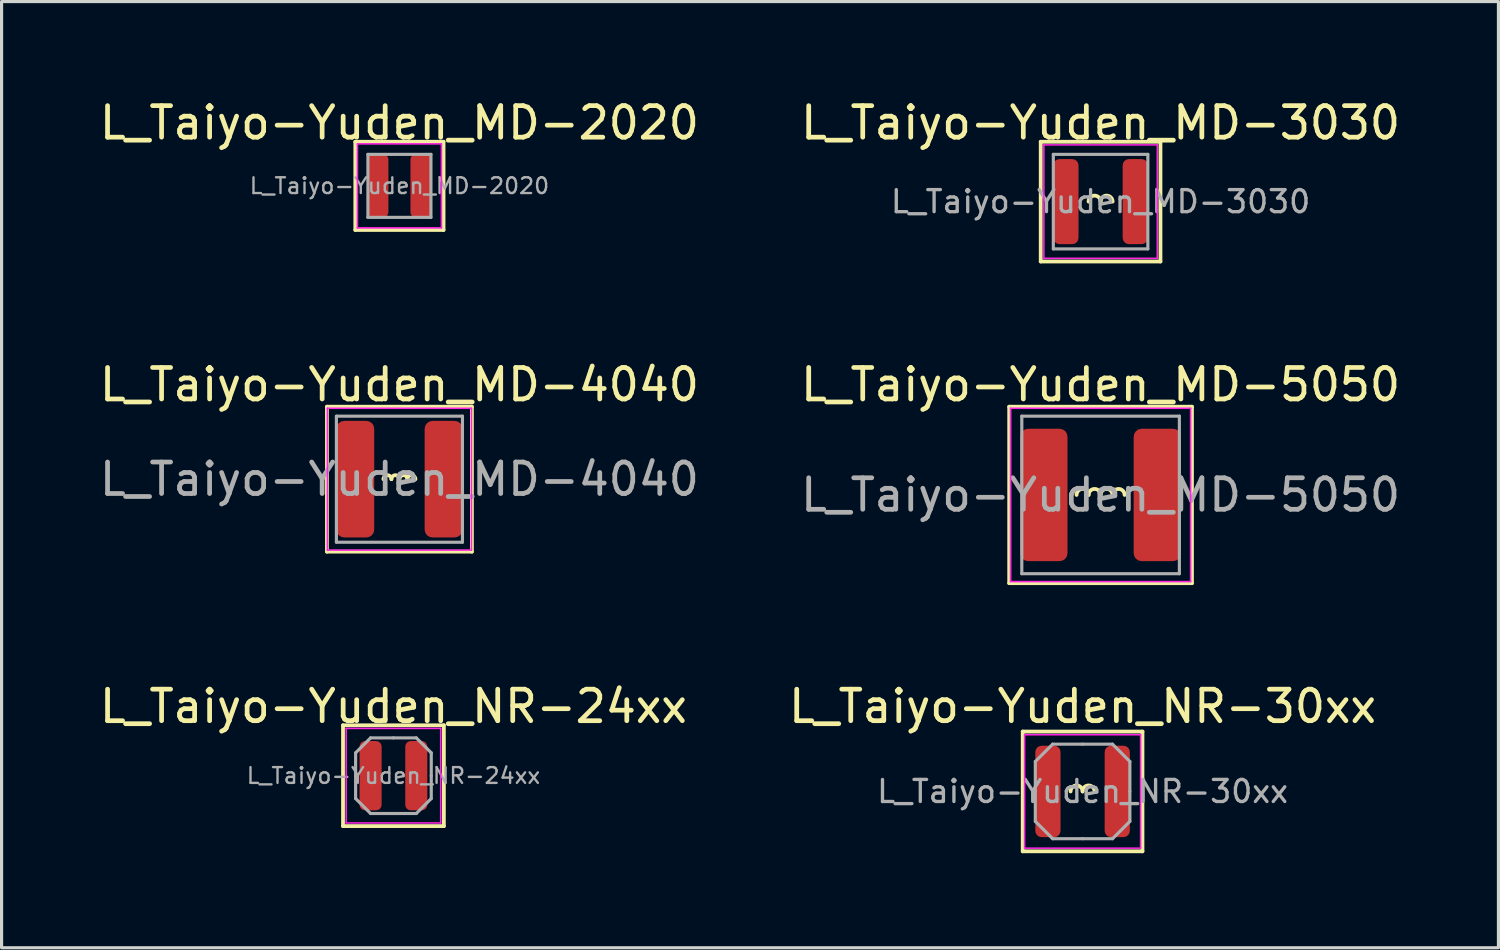
<source format=kicad_pcb>
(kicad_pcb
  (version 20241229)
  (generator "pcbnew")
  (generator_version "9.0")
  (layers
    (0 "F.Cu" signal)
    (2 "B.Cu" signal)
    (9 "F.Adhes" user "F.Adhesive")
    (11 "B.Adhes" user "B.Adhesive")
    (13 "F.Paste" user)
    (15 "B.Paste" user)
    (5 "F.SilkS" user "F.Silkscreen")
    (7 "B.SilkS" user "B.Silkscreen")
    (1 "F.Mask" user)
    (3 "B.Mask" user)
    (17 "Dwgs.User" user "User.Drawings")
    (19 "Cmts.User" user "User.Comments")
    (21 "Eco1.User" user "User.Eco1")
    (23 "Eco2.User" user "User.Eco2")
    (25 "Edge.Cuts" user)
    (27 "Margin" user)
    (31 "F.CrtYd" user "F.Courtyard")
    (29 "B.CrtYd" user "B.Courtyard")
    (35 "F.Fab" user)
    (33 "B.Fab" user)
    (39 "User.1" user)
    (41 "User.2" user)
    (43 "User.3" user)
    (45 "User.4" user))
  (footprint "L_Taiyo-Yuden_NR-24xx"
    (layer "F.Cu")
    (at 9.435 21.565)
    (property "Reference" "L_Taiyo-Yuden_NR-24xx" (at 0 -2.2 0) (layer "F.SilkS") (effects (font (size 1 1) (thickness 0.15))))
    (attr smd)
    (fp_line (start -1.6 -1.6) (end -1.6 1.6) (stroke (width 0.12) (type solid)) (layer "F.SilkS"))
    (fp_line (start -1.6 1.6) (end 1.6 1.6) (stroke (width 0.12) (type solid)) (layer "F.SilkS"))
    (fp_line (start 1.6 -1.6) (end -1.6 -1.6) (stroke (width 0.12) (type solid)) (layer "F.SilkS"))
    (fp_line (start 1.6 1.6) (end 1.6 -1.6) (stroke (width 0.12) (type solid)) (layer "F.SilkS"))
    (fp_line (start -1.5 -1.5) (end -1.5 1.5) (stroke (width 0.05) (type solid)) (layer "F.CrtYd"))
    (fp_line (start -1.5 1.5) (end 1.5 1.5) (stroke (width 0.05) (type solid)) (layer "F.CrtYd"))
    (fp_line (start 1.5 -1.5) (end -1.5 -1.5) (stroke (width 0.05) (type solid)) (layer "F.CrtYd"))
    (fp_line (start 1.5 1.5) (end 1.5 -1.5) (stroke (width 0.05) (type solid)) (layer "F.CrtYd"))
    (fp_line (start -1.2 -0.725) (end -0.725 -1.2) (stroke (width 0.1) (type solid)) (layer "F.Fab"))
    (fp_line (start -1.2 0) (end -1.2 -0.725) (stroke (width 0.1) (type solid)) (layer "F.Fab"))
    (fp_line (start -1.2 0) (end -1.2 0.725) (stroke (width 0.1) (type solid)) (layer "F.Fab"))
    (fp_line (start -1.2 0.725) (end -0.725 1.2) (stroke (width 0.1) (type solid)) (layer "F.Fab"))
    (fp_line (start -0.725 -1.2) (end 0 -1.2) (stroke (width 0.1) (type solid)) (layer "F.Fab"))
    (fp_line (start -0.725 1.2) (end 0 1.2) (stroke (width 0.1) (type solid)) (layer "F.Fab"))
    (fp_line (start 0.725 -1.2) (end 0 -1.2) (stroke (width 0.1) (type solid)) (layer "F.Fab"))
    (fp_line (start 0.725 1.2) (end 0 1.2) (stroke (width 0.1) (type solid)) (layer "F.Fab"))
    (fp_line (start 1.2 -0.725) (end 0.725 -1.2) (stroke (width 0.1) (type solid)) (layer "F.Fab"))
    (fp_line (start 1.2 0) (end 1.2 -0.725) (stroke (width 0.1) (type solid)) (layer "F.Fab"))
    (fp_line (start 1.2 0) (end 1.2 0.725) (stroke (width 0.1) (type solid)) (layer "F.Fab"))
    (fp_line (start 1.2 0.725) (end 0.725 1.2) (stroke (width 0.1) (type solid)) (layer "F.Fab"))
    (fp_text user "${REFERENCE}" (at 0 0 0) (layer "F.Fab") (effects (font (size 0.5 0.5) (thickness 0.075))))
    (pad "1" smd roundrect (at -0.725 0) (size 0.7 2.2) (layers "F.Cu" "F.Mask" "F.Paste") (roundrect_rratio 0.25))
    (pad "2" smd roundrect (at 0.725 0) (size 0.7 2.2) (layers "F.Cu" "F.Mask" "F.Paste") (roundrect_rratio 0.25)))
  (footprint "L_Taiyo-Yuden_MD-3030"
    (layer "F.Cu")
    (at 31.875 3.348)
    (property "Reference" "L_Taiyo-Yuden_MD-3030" (at 0 -2.5 0) (layer "F.SilkS") (effects (font (size 1 1) (thickness 0.15))))
    (attr smd)
    (fp_line (start -1.9 -1.9) (end -1.9 1.9) (stroke (width 0.12) (type solid)) (layer "F.SilkS"))
    (fp_line (start -1.9 1.9) (end 1.9 1.9) (stroke (width 0.12) (type solid)) (layer "F.SilkS"))
    (fp_line (start 1.9 -1.9) (end -1.9 -1.9) (stroke (width 0.12) (type solid)) (layer "F.SilkS"))
    (fp_line (start 1.9 1.9) (end 1.9 -1.9) (stroke (width 0.12) (type solid)) (layer "F.SilkS"))
    (fp_arc (start -0.381 0) (mid -0.1905 -0.1905) (end 0 0) (stroke (width 0.12) (type solid)) (layer "F.SilkS"))
    (fp_arc (start 0 0) (mid 0.1905 -0.1905) (end 0.381 0) (stroke (width 0.12) (type solid)) (layer "F.SilkS"))
    (fp_line (start -1.8 -1.8) (end -1.8 1.8) (stroke (width 0.05) (type solid)) (layer "F.CrtYd"))
    (fp_line (start -1.8 1.8) (end 1.8 1.8) (stroke (width 0.05) (type solid)) (layer "F.CrtYd"))
    (fp_line (start 1.8 -1.8) (end -1.8 -1.8) (stroke (width 0.05) (type solid)) (layer "F.CrtYd"))
    (fp_line (start 1.8 1.8) (end 1.8 -1.8) (stroke (width 0.05) (type solid)) (layer "F.CrtYd"))
    (fp_line (start -1.5 -1.5) (end -1.5 1.5) (stroke (width 0.1) (type solid)) (layer "F.Fab"))
    (fp_line (start -1.5 1.5) (end 1.5 1.5) (stroke (width 0.1) (type solid)) (layer "F.Fab"))
    (fp_line (start 1.5 -1.5) (end -1.5 -1.5) (stroke (width 0.1) (type solid)) (layer "F.Fab"))
    (fp_line (start 1.5 1.5) (end 1.5 -1.5) (stroke (width 0.1) (type solid)) (layer "F.Fab"))
    (fp_text user "${REFERENCE}" (at 0 0 0) (layer "F.Fab") (effects (font (size 0.7 0.7) (thickness 0.105))))
    (pad "1" smd roundrect (at -1.1 0) (size 0.8 2.7) (layers "F.Cu" "F.Mask" "F.Paste") (roundrect_rratio 0.25))
    (pad "2" smd roundrect (at 1.1 0) (size 0.8 2.7) (layers "F.Cu" "F.Mask" "F.Paste") (roundrect_rratio 0.25)))
  (footprint "L_Taiyo-Yuden_MD-4040"
    (layer "F.Cu")
    (at 9.625 12.156)
    (property "Reference" "L_Taiyo-Yuden_MD-4040" (at 0 -3 0) (layer "F.SilkS") (effects (font (size 1 1) (thickness 0.15))))
    (attr smd)
    (fp_line (start -2.3 -2.3) (end -2.3 2.3) (stroke (width 0.12) (type solid)) (layer "F.SilkS"))
    (fp_line (start -2.3 2.3) (end 2.3 2.3) (stroke (width 0.12) (type solid)) (layer "F.SilkS"))
    (fp_line (start 2.3 -2.3) (end -2.3 -2.3) (stroke (width 0.12) (type solid)) (layer "F.SilkS"))
    (fp_line (start 2.3 2.3) (end 2.3 -2.3) (stroke (width 0.12) (type solid)) (layer "F.SilkS"))
    (fp_arc (start -0.508 0) (mid -0.381 -0.127) (end -0.254 0) (stroke (width 0.12) (type solid)) (layer "F.SilkS"))
    (fp_arc (start -0.254 0) (mid -0.127 -0.127) (end 0 0) (stroke (width 0.12) (type solid)) (layer "F.SilkS"))
    (fp_arc (start 0 0) (mid 0.127 -0.127) (end 0.254 0) (stroke (width 0.12) (type solid)) (layer "F.SilkS"))
    (fp_arc (start 0.254 0) (mid 0.381 -0.127) (end 0.508 0) (stroke (width 0.12) (type solid)) (layer "F.SilkS"))
    (fp_line (start -2.286 -2.25) (end -2.286 2.25) (stroke (width 0.05) (type solid)) (layer "F.CrtYd"))
    (fp_line (start -2.286 2.25) (end 2.286 2.25) (stroke (width 0.05) (type solid)) (layer "F.CrtYd"))
    (fp_line (start 2.286 -2.25) (end -2.286 -2.25) (stroke (width 0.05) (type solid)) (layer "F.CrtYd"))
    (fp_line (start 2.286 2.25) (end 2.286 -2.25) (stroke (width 0.05) (type solid)) (layer "F.CrtYd"))
    (fp_line (start -2 -2) (end -2 2) (stroke (width 0.1) (type solid)) (layer "F.Fab"))
    (fp_line (start -2 2) (end 2 2) (stroke (width 0.1) (type solid)) (layer "F.Fab"))
    (fp_line (start 2 -2) (end -2 -2) (stroke (width 0.1) (type solid)) (layer "F.Fab"))
    (fp_line (start 2 2) (end 2 -2) (stroke (width 0.1) (type solid)) (layer "F.Fab"))
    (fp_text user "${REFERENCE}" (at 0 0 0) (layer "F.Fab") (effects (font (size 1 1) (thickness 0.15))))
    (pad "1" smd roundrect (at -1.4 0) (size 1.2 3.7) (layers "F.Cu" "F.Mask" "F.Paste") (roundrect_rratio 0.208))
    (pad "2" smd roundrect (at 1.4 0) (size 1.2 3.7) (layers "F.Cu" "F.Mask" "F.Paste") (roundrect_rratio 0.208)))
  (footprint "L_Taiyo-Yuden_MD-5050"
    (layer "F.Cu")
    (at 31.875 12.656)
    (property "Reference" "L_Taiyo-Yuden_MD-5050" (at 0 -3.5 0) (layer "F.SilkS") (effects (font (size 1 1) (thickness 0.15))))
    (attr smd)
    (fp_line (start -2.9 -2.8) (end -2.9 2.8) (stroke (width 0.12) (type solid)) (layer "F.SilkS"))
    (fp_line (start -2.9 2.8) (end 2.9 2.8) (stroke (width 0.12) (type solid)) (layer "F.SilkS"))
    (fp_line (start 2.9 -2.8) (end -2.9 -2.8) (stroke (width 0.12) (type solid)) (layer "F.SilkS"))
    (fp_line (start 2.9 2.8) (end 2.9 -2.8) (stroke (width 0.12) (type solid)) (layer "F.SilkS"))
    (fp_arc (start -0.762 0) (mid -0.5715 -0.1905) (end -0.381 0) (stroke (width 0.12) (type solid)) (layer "F.SilkS"))
    (fp_arc (start -0.381 0) (mid -0.1905 -0.1905) (end 0 0) (stroke (width 0.12) (type solid)) (layer "F.SilkS"))
    (fp_arc (start 0 0) (mid 0.1905 -0.1905) (end 0.381 0) (stroke (width 0.12) (type solid)) (layer "F.SilkS"))
    (fp_arc (start 0.381 0) (mid 0.5715 -0.1905) (end 0.762 0) (stroke (width 0.12) (type solid)) (layer "F.SilkS"))
    (fp_line (start -2.857 -2.75) (end -2.857 2.75) (stroke (width 0.05) (type solid)) (layer "F.CrtYd"))
    (fp_line (start -2.857 2.75) (end 2.857 2.75) (stroke (width 0.05) (type solid)) (layer "F.CrtYd"))
    (fp_line (start 2.857 -2.75) (end -2.857 -2.75) (stroke (width 0.05) (type solid)) (layer "F.CrtYd"))
    (fp_line (start 2.857 2.75) (end 2.857 -2.75) (stroke (width 0.05) (type solid)) (layer "F.CrtYd"))
    (fp_line (start -2.5 -2.5) (end -2.5 2.5) (stroke (width 0.1) (type solid)) (layer "F.Fab"))
    (fp_line (start -2.5 2.5) (end 2.5 2.5) (stroke (width 0.1) (type solid)) (layer "F.Fab"))
    (fp_line (start 2.5 -2.5) (end -2.5 -2.5) (stroke (width 0.1) (type solid)) (layer "F.Fab"))
    (fp_line (start 2.5 2.5) (end 2.5 -2.5) (stroke (width 0.1) (type solid)) (layer "F.Fab"))
    (fp_text user "${REFERENCE}" (at 0 0 0) (layer "F.Fab") (effects (font (size 1 1) (thickness 0.15))))
    (pad "1" smd roundrect (at -1.8 0) (size 1.5 4.2) (layers "F.Cu" "F.Mask" "F.Paste") (roundrect_rratio 0.167))
    (pad "2" smd roundrect (at 1.8 0) (size 1.5 4.2) (layers "F.Cu" "F.Mask" "F.Paste") (roundrect_rratio 0.167)))
  (footprint "L_Taiyo-Yuden_NR-30xx"
    (layer "F.Cu")
    (at 31.304 22.065)
    (property "Reference" "L_Taiyo-Yuden_NR-30xx" (at 0 -2.7 0) (layer "F.SilkS") (effects (font (size 1 1) (thickness 0.15))))
    (attr smd)
    (fp_line (start -1.9 -1.9) (end -1.9 1.9) (stroke (width 0.12) (type solid)) (layer "F.SilkS"))
    (fp_line (start -1.9 1.9) (end 1.9 1.9) (stroke (width 0.12) (type solid)) (layer "F.SilkS"))
    (fp_line (start 1.9 -1.9) (end -1.9 -1.9) (stroke (width 0.12) (type solid)) (layer "F.SilkS"))
    (fp_line (start 1.9 1.9) (end 1.9 -1.9) (stroke (width 0.12) (type solid)) (layer "F.SilkS"))
    (fp_arc (start -0.381 0) (mid -0.1905 -0.1905) (end 0 0) (stroke (width 0.12) (type solid)) (layer "F.SilkS"))
    (fp_arc (start 0 0) (mid 0.1905 -0.1905) (end 0.381 0) (stroke (width 0.12) (type solid)) (layer "F.SilkS"))
    (fp_line (start -1.841 -1.8) (end -1.841 1.8) (stroke (width 0.05) (type solid)) (layer "F.CrtYd"))
    (fp_line (start -1.841 1.8) (end 1.841 1.8) (stroke (width 0.05) (type solid)) (layer "F.CrtYd"))
    (fp_line (start 1.841 -1.8) (end -1.841 -1.8) (stroke (width 0.05) (type solid)) (layer "F.CrtYd"))
    (fp_line (start 1.841 1.8) (end 1.841 -1.8) (stroke (width 0.05) (type solid)) (layer "F.CrtYd"))
    (fp_line (start -1.5 -0.95) (end -0.95 -1.5) (stroke (width 0.1) (type solid)) (layer "F.Fab"))
    (fp_line (start -1.5 0) (end -1.5 -0.95) (stroke (width 0.1) (type solid)) (layer "F.Fab"))
    (fp_line (start -1.5 0) (end -1.5 0.95) (stroke (width 0.1) (type solid)) (layer "F.Fab"))
    (fp_line (start -1.5 0.95) (end -0.95 1.5) (stroke (width 0.1) (type solid)) (layer "F.Fab"))
    (fp_line (start -0.95 -1.5) (end 0 -1.5) (stroke (width 0.1) (type solid)) (layer "F.Fab"))
    (fp_line (start -0.95 1.5) (end 0 1.5) (stroke (width 0.1) (type solid)) (layer "F.Fab"))
    (fp_line (start 0.95 -1.5) (end 0 -1.5) (stroke (width 0.1) (type solid)) (layer "F.Fab"))
    (fp_line (start 0.95 1.5) (end 0 1.5) (stroke (width 0.1) (type solid)) (layer "F.Fab"))
    (fp_line (start 1.5 -0.95) (end 0.95 -1.5) (stroke (width 0.1) (type solid)) (layer "F.Fab"))
    (fp_line (start 1.5 0) (end 1.5 -0.95) (stroke (width 0.1) (type solid)) (layer "F.Fab"))
    (fp_line (start 1.5 0) (end 1.5 0.95) (stroke (width 0.1) (type solid)) (layer "F.Fab"))
    (fp_line (start 1.5 0.95) (end 0.95 1.5) (stroke (width 0.1) (type solid)) (layer "F.Fab"))
    (fp_text user "${REFERENCE}" (at 0 0 0) (layer "F.Fab") (effects (font (size 0.7 0.7) (thickness 0.105))))
    (pad "1" smd roundrect (at -1.1 0) (size 0.8 2.9) (layers "F.Cu" "F.Mask" "F.Paste") (roundrect_rratio 0.25))
    (pad "2" smd roundrect (at 1.1 0) (size 0.8 2.9) (layers "F.Cu" "F.Mask" "F.Paste") (roundrect_rratio 0.25)))
  (footprint "L_Taiyo-Yuden_MD-2020"
    (layer "F.Cu")
    (at 9.625 2.848)
    (property "Reference" "L_Taiyo-Yuden_MD-2020" (at 0 -2 0) (layer "F.SilkS") (effects (font (size 1 1) (thickness 0.15))))
    (attr smd)
    (fp_line (start -1.4 -1.4) (end -1.4 1.4) (stroke (width 0.12) (type solid)) (layer "F.SilkS"))
    (fp_line (start -1.4 1.4) (end 1.4 1.4) (stroke (width 0.12) (type solid)) (layer "F.SilkS"))
    (fp_line (start 1.4 -1.4) (end -1.4 -1.4) (stroke (width 0.12) (type solid)) (layer "F.SilkS"))
    (fp_line (start 1.4 1.4) (end 1.4 -1.4) (stroke (width 0.12) (type solid)) (layer "F.SilkS"))
    (fp_line (start -1.333 -1.333) (end -1.333 1.333) (stroke (width 0.05) (type solid)) (layer "F.CrtYd"))
    (fp_line (start -1.333 1.333) (end 1.333 1.333) (stroke (width 0.05) (type solid)) (layer "F.CrtYd"))
    (fp_line (start 1.333 -1.333) (end -1.333 -1.333) (stroke (width 0.05) (type solid)) (layer "F.CrtYd"))
    (fp_line (start 1.333 1.333) (end 1.333 -1.333) (stroke (width 0.05) (type solid)) (layer "F.CrtYd"))
    (fp_line (start -1 -1) (end -1 1) (stroke (width 0.1) (type solid)) (layer "F.Fab"))
    (fp_line (start -1 1) (end 1 1) (stroke (width 0.1) (type solid)) (layer "F.Fab"))
    (fp_line (start 1 -1) (end -1 -1) (stroke (width 0.1) (type solid)) (layer "F.Fab"))
    (fp_line (start 1 1) (end 1 -1) (stroke (width 0.1) (type solid)) (layer "F.Fab"))
    (fp_text user "${REFERENCE}" (at 0 0 0) (layer "F.Fab") (effects (font (size 0.5 0.5) (thickness 0.075))))
    (pad "1" smd roundrect (at -0.675 0) (size 0.65 2) (layers "F.Cu" "F.Mask" "F.Paste") (roundrect_rratio 0.25))
    (pad "2" smd roundrect (at 0.675 0) (size 0.65 2) (layers "F.Cu" "F.Mask" "F.Paste") (roundrect_rratio 0.25)))
  (gr_rect
    (start -3 -3)
    (end 44.5 27.025)
    (stroke (width 0.1) (type default))
    (fill no)
    (layer "Edge.Cuts")))
</source>
